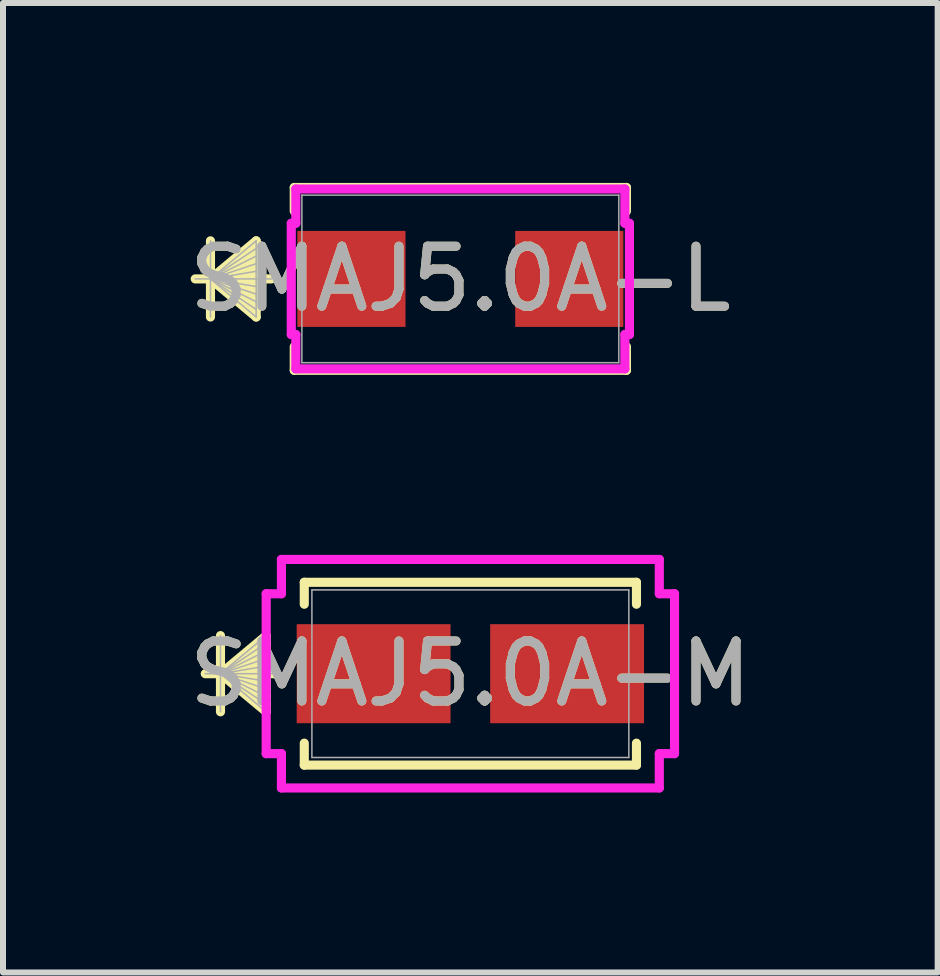
<source format=kicad_pcb>
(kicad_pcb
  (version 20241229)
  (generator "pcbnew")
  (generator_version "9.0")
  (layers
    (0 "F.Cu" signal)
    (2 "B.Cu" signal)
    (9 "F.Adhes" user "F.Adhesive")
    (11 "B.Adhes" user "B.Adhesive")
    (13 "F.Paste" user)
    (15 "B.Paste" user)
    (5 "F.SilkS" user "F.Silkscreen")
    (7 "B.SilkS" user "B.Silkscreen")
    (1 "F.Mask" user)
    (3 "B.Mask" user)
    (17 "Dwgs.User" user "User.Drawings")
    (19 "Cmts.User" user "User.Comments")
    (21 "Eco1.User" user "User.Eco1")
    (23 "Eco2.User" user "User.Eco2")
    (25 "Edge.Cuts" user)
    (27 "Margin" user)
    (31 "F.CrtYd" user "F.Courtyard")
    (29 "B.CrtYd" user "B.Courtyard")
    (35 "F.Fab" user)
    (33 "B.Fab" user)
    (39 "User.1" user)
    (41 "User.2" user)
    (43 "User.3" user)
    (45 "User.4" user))
  (footprint "SMAJ5.0A-L"
    (layer "F.Cu")
    (at 4.625 1.6)
    (property "Reference" "SMAJ5.0A-L" (at 0 0 0) (unlocked yes) (layer "F.SilkS") (effects (font (size 1 1) (thickness 0.15))))
    (attr smd)
    (fp_line (start -4.166 -0.635) (end -4.166 0.635) (stroke (width 0.152) (type solid)) (layer "F.SilkS"))
    (fp_line (start -4.166 0) (end -3.404 -0.635) (stroke (width 0.152) (type solid)) (layer "F.SilkS"))
    (fp_line (start -4.166 0) (end -3.404 -0.508) (stroke (width 0.152) (type solid)) (layer "F.SilkS"))
    (fp_line (start -4.166 0) (end -3.404 -0.381) (stroke (width 0.152) (type solid)) (layer "F.SilkS"))
    (fp_line (start -4.166 0) (end -3.404 -0.254) (stroke (width 0.152) (type solid)) (layer "F.SilkS"))
    (fp_line (start -4.166 0) (end -3.404 -0.127) (stroke (width 0.152) (type solid)) (layer "F.SilkS"))
    (fp_line (start -4.166 0) (end -3.404 0.127) (stroke (width 0.152) (type solid)) (layer "F.SilkS"))
    (fp_line (start -4.166 0) (end -3.404 0.254) (stroke (width 0.152) (type solid)) (layer "F.SilkS"))
    (fp_line (start -4.166 0) (end -3.404 0.381) (stroke (width 0.152) (type solid)) (layer "F.SilkS"))
    (fp_line (start -4.166 0) (end -3.404 0.508) (stroke (width 0.152) (type solid)) (layer "F.SilkS"))
    (fp_line (start -4.166 0) (end -3.404 0.635) (stroke (width 0.152) (type solid)) (layer "F.SilkS"))
    (fp_line (start -3.404 -0.635) (end -3.404 0.635) (stroke (width 0.152) (type solid)) (layer "F.SilkS"))
    (fp_line (start -3.15 0) (end -4.42 0) (stroke (width 0.152) (type solid)) (layer "F.SilkS"))
    (fp_line (start -2.769 -1.524) (end -2.769 -1.129) (stroke (width 0.152) (type solid)) (layer "F.SilkS"))
    (fp_line (start -2.769 1.129) (end -2.769 1.524) (stroke (width 0.152) (type solid)) (layer "F.SilkS"))
    (fp_line (start -2.769 1.524) (end 2.769 1.524) (stroke (width 0.152) (type solid)) (layer "F.SilkS"))
    (fp_line (start 2.769 -1.524) (end -2.769 -1.524) (stroke (width 0.152) (type solid)) (layer "F.SilkS"))
    (fp_line (start 2.769 -1.129) (end 2.769 -1.524) (stroke (width 0.152) (type solid)) (layer "F.SilkS"))
    (fp_line (start 2.769 1.524) (end 2.769 1.129) (stroke (width 0.152) (type solid)) (layer "F.SilkS"))
    (fp_line (start -2.819 -0.927) (end -2.743 -0.927) (stroke (width 0.152) (type solid)) (layer "F.CrtYd"))
    (fp_line (start -2.819 0.927) (end -2.819 -0.927) (stroke (width 0.152) (type solid)) (layer "F.CrtYd"))
    (fp_line (start -2.743 -1.499) (end 2.743 -1.499) (stroke (width 0.152) (type solid)) (layer "F.CrtYd"))
    (fp_line (start -2.743 -0.927) (end -2.743 -1.499) (stroke (width 0.152) (type solid)) (layer "F.CrtYd"))
    (fp_line (start -2.743 0.927) (end -2.819 0.927) (stroke (width 0.152) (type solid)) (layer "F.CrtYd"))
    (fp_line (start -2.743 1.499) (end -2.743 0.927) (stroke (width 0.152) (type solid)) (layer "F.CrtYd"))
    (fp_line (start 2.743 -1.499) (end 2.743 -0.927) (stroke (width 0.152) (type solid)) (layer "F.CrtYd"))
    (fp_line (start 2.743 -0.927) (end 2.819 -0.927) (stroke (width 0.152) (type solid)) (layer "F.CrtYd"))
    (fp_line (start 2.743 0.927) (end 2.743 1.499) (stroke (width 0.152) (type solid)) (layer "F.CrtYd"))
    (fp_line (start 2.743 1.499) (end -2.743 1.499) (stroke (width 0.152) (type solid)) (layer "F.CrtYd"))
    (fp_line (start 2.819 -0.927) (end 2.819 0.927) (stroke (width 0.152) (type solid)) (layer "F.CrtYd"))
    (fp_line (start 2.819 0.927) (end 2.743 0.927) (stroke (width 0.152) (type solid)) (layer "F.CrtYd"))
    (fp_line (start -4.166 -0.635) (end -4.166 0.635) (stroke (width 0.025) (type solid)) (layer "F.Fab"))
    (fp_line (start -4.166 0) (end -3.404 -0.635) (stroke (width 0.025) (type solid)) (layer "F.Fab"))
    (fp_line (start -4.166 0) (end -3.404 -0.508) (stroke (width 0.025) (type solid)) (layer "F.Fab"))
    (fp_line (start -4.166 0) (end -3.404 -0.381) (stroke (width 0.025) (type solid)) (layer "F.Fab"))
    (fp_line (start -4.166 0) (end -3.404 -0.254) (stroke (width 0.025) (type solid)) (layer "F.Fab"))
    (fp_line (start -4.166 0) (end -3.404 -0.127) (stroke (width 0.025) (type solid)) (layer "F.Fab"))
    (fp_line (start -4.166 0) (end -3.404 0.127) (stroke (width 0.025) (type solid)) (layer "F.Fab"))
    (fp_line (start -4.166 0) (end -3.404 0.254) (stroke (width 0.025) (type solid)) (layer "F.Fab"))
    (fp_line (start -4.166 0) (end -3.404 0.381) (stroke (width 0.025) (type solid)) (layer "F.Fab"))
    (fp_line (start -4.166 0) (end -3.404 0.508) (stroke (width 0.025) (type solid)) (layer "F.Fab"))
    (fp_line (start -4.166 0) (end -3.404 0.635) (stroke (width 0.025) (type solid)) (layer "F.Fab"))
    (fp_line (start -3.404 -0.635) (end -3.404 0.635) (stroke (width 0.025) (type solid)) (layer "F.Fab"))
    (fp_line (start -3.15 0) (end -4.42 0) (stroke (width 0.025) (type solid)) (layer "F.Fab"))
    (fp_line (start -2.642 -1.397) (end -2.642 1.397) (stroke (width 0.025) (type solid)) (layer "F.Fab"))
    (fp_line (start -2.642 1.397) (end 2.642 1.397) (stroke (width 0.025) (type solid)) (layer "F.Fab"))
    (fp_line (start 2.642 -1.397) (end -2.642 -1.397) (stroke (width 0.025) (type solid)) (layer "F.Fab"))
    (fp_line (start 2.642 1.397) (end 2.642 -1.397) (stroke (width 0.025) (type solid)) (layer "F.Fab"))
    (fp_text user "${REFERENCE}" (at 0 0 0) (unlocked yes) (layer "F.Fab") (effects (font (size 1 1) (thickness 0.15))))
    (pad "1" smd rect (at -1.816 0 90) (size 1.6 1.803) (layers "F.Cu" "F.Mask" "F.Paste"))
    (pad "2" smd rect (at 1.816 0 90) (size 1.6 1.803) (layers "F.Cu" "F.Mask" "F.Paste"))
    (zone (net_name "") (layer "F.Cu") (hatch full 0.508) (connect_pads) (min_thickness 0.254) (filled_areas_thickness no) (keepout (tracks not_allowed) (vias not_allowed) (pads allowed) (copperpour not_allowed) (footprints allowed)) (placement (enabled no)) (fill) (polygon (pts (xy 2.034 0.254) (xy 7.216 0.254) (xy 7.216 0.724) (xy 2.034 0.724))))
    (zone (net_name "") (layer "F.Cu") (hatch full 0.508) (connect_pads) (min_thickness 0.254) (filled_areas_thickness no) (keepout (tracks not_allowed) (vias not_allowed) (pads allowed) (copperpour not_allowed) (footprints allowed)) (placement (enabled no)) (fill) (polygon (pts (xy 2.034 2.477) (xy 7.216 2.477) (xy 7.216 2.946) (xy 2.034 2.946))))
    (zone (net_name "") (layer "F.Cu") (hatch full 0.508) (connect_pads) (min_thickness 0.254) (filled_areas_thickness no) (keepout (tracks not_allowed) (vias not_allowed) (pads allowed) (copperpour not_allowed) (footprints allowed)) (placement (enabled no)) (fill) (polygon (pts (xy 3.761 0.724) (xy 5.489 0.724) (xy 5.489 2.477) (xy 3.761 2.477)))))
  (footprint "SMAJ5.0A-M"
    (layer "F.Cu")
    (at 4.792 8.182)
    (property "Reference" "SMAJ5.0A-M" (at 0 0 0) (unlocked yes) (layer "F.SilkS") (effects (font (size 1 1) (thickness 0.15))))
    (attr smd)
    (fp_line (start -4.166 -0.635) (end -4.166 0.635) (stroke (width 0.152) (type solid)) (layer "F.SilkS"))
    (fp_line (start -4.166 0) (end -3.404 -0.635) (stroke (width 0.152) (type solid)) (layer "F.SilkS"))
    (fp_line (start -4.166 0) (end -3.404 -0.508) (stroke (width 0.152) (type solid)) (layer "F.SilkS"))
    (fp_line (start -4.166 0) (end -3.404 -0.381) (stroke (width 0.152) (type solid)) (layer "F.SilkS"))
    (fp_line (start -4.166 0) (end -3.404 -0.254) (stroke (width 0.152) (type solid)) (layer "F.SilkS"))
    (fp_line (start -4.166 0) (end -3.404 -0.127) (stroke (width 0.152) (type solid)) (layer "F.SilkS"))
    (fp_line (start -4.166 0) (end -3.404 0.127) (stroke (width 0.152) (type solid)) (layer "F.SilkS"))
    (fp_line (start -4.166 0) (end -3.404 0.254) (stroke (width 0.152) (type solid)) (layer "F.SilkS"))
    (fp_line (start -4.166 0) (end -3.404 0.381) (stroke (width 0.152) (type solid)) (layer "F.SilkS"))
    (fp_line (start -4.166 0) (end -3.404 0.508) (stroke (width 0.152) (type solid)) (layer "F.SilkS"))
    (fp_line (start -4.166 0) (end -3.404 0.635) (stroke (width 0.152) (type solid)) (layer "F.SilkS"))
    (fp_line (start -3.404 -0.635) (end -3.404 0.635) (stroke (width 0.152) (type solid)) (layer "F.SilkS"))
    (fp_line (start -3.228 0) (end -4.42 0) (stroke (width 0.152) (type solid)) (layer "F.SilkS"))
    (fp_line (start -2.769 -1.524) (end -2.769 -1.158) (stroke (width 0.152) (type solid)) (layer "F.SilkS"))
    (fp_line (start -2.769 1.158) (end -2.769 1.524) (stroke (width 0.152) (type solid)) (layer "F.SilkS"))
    (fp_line (start -2.769 1.524) (end 2.769 1.524) (stroke (width 0.152) (type solid)) (layer "F.SilkS"))
    (fp_line (start 2.769 -1.524) (end -2.769 -1.524) (stroke (width 0.152) (type solid)) (layer "F.SilkS"))
    (fp_line (start 2.769 -1.158) (end 2.769 -1.524) (stroke (width 0.152) (type solid)) (layer "F.SilkS"))
    (fp_line (start 2.769 1.524) (end 2.769 1.158) (stroke (width 0.152) (type solid)) (layer "F.SilkS"))
    (fp_line (start -3.404 -1.333) (end -3.15 -1.333) (stroke (width 0.152) (type solid)) (layer "F.CrtYd"))
    (fp_line (start -3.404 1.333) (end -3.404 -1.333) (stroke (width 0.152) (type solid)) (layer "F.CrtYd"))
    (fp_line (start -3.15 -1.905) (end 3.15 -1.905) (stroke (width 0.152) (type solid)) (layer "F.CrtYd"))
    (fp_line (start -3.15 -1.333) (end -3.15 -1.905) (stroke (width 0.152) (type solid)) (layer "F.CrtYd"))
    (fp_line (start -3.15 1.333) (end -3.404 1.333) (stroke (width 0.152) (type solid)) (layer "F.CrtYd"))
    (fp_line (start -3.15 1.905) (end -3.15 1.333) (stroke (width 0.152) (type solid)) (layer "F.CrtYd"))
    (fp_line (start 3.15 -1.905) (end 3.15 -1.333) (stroke (width 0.152) (type solid)) (layer "F.CrtYd"))
    (fp_line (start 3.15 -1.333) (end 3.404 -1.333) (stroke (width 0.152) (type solid)) (layer "F.CrtYd"))
    (fp_line (start 3.15 1.333) (end 3.15 1.905) (stroke (width 0.152) (type solid)) (layer "F.CrtYd"))
    (fp_line (start 3.15 1.905) (end -3.15 1.905) (stroke (width 0.152) (type solid)) (layer "F.CrtYd"))
    (fp_line (start 3.404 -1.333) (end 3.404 1.333) (stroke (width 0.152) (type solid)) (layer "F.CrtYd"))
    (fp_line (start 3.404 1.333) (end 3.15 1.333) (stroke (width 0.152) (type solid)) (layer "F.CrtYd"))
    (fp_line (start -4.166 -0.635) (end -4.166 0.635) (stroke (width 0.025) (type solid)) (layer "F.Fab"))
    (fp_line (start -4.166 0) (end -3.404 -0.635) (stroke (width 0.025) (type solid)) (layer "F.Fab"))
    (fp_line (start -4.166 0) (end -3.404 -0.508) (stroke (width 0.025) (type solid)) (layer "F.Fab"))
    (fp_line (start -4.166 0) (end -3.404 -0.381) (stroke (width 0.025) (type solid)) (layer "F.Fab"))
    (fp_line (start -4.166 0) (end -3.404 -0.254) (stroke (width 0.025) (type solid)) (layer "F.Fab"))
    (fp_line (start -4.166 0) (end -3.404 -0.127) (stroke (width 0.025) (type solid)) (layer "F.Fab"))
    (fp_line (start -4.166 0) (end -3.404 0.127) (stroke (width 0.025) (type solid)) (layer "F.Fab"))
    (fp_line (start -4.166 0) (end -3.404 0.254) (stroke (width 0.025) (type solid)) (layer "F.Fab"))
    (fp_line (start -4.166 0) (end -3.404 0.381) (stroke (width 0.025) (type solid)) (layer "F.Fab"))
    (fp_line (start -4.166 0) (end -3.404 0.508) (stroke (width 0.025) (type solid)) (layer "F.Fab"))
    (fp_line (start -4.166 0) (end -3.404 0.635) (stroke (width 0.025) (type solid)) (layer "F.Fab"))
    (fp_line (start -3.404 -0.635) (end -3.404 0.635) (stroke (width 0.025) (type solid)) (layer "F.Fab"))
    (fp_line (start -3.15 0) (end -4.42 0) (stroke (width 0.025) (type solid)) (layer "F.Fab"))
    (fp_line (start -2.642 -1.397) (end -2.642 1.397) (stroke (width 0.025) (type solid)) (layer "F.Fab"))
    (fp_line (start -2.642 1.397) (end 2.642 1.397) (stroke (width 0.025) (type solid)) (layer "F.Fab"))
    (fp_line (start 2.642 -1.397) (end -2.642 -1.397) (stroke (width 0.025) (type solid)) (layer "F.Fab"))
    (fp_line (start 2.642 1.397) (end 2.642 -1.397) (stroke (width 0.025) (type solid)) (layer "F.Fab"))
    (fp_text user "${REFERENCE}" (at 0 0 0) (unlocked yes) (layer "F.Fab") (effects (font (size 1 1) (thickness 0.15))))
    (pad "1" smd rect (at -1.613 0 90) (size 1.651 2.565) (layers "F.Cu" "F.Mask" "F.Paste"))
    (pad "2" smd rect (at 1.613 0 90) (size 1.651 2.565) (layers "F.Cu" "F.Mask" "F.Paste"))
    (zone (net_name "") (layer "F.Cu") (hatch full 0.508) (connect_pads) (min_thickness 0.254) (filled_areas_thickness no) (keepout (tracks not_allowed) (vias not_allowed) (pads allowed) (copperpour not_allowed) (footprints allowed)) (placement (enabled no)) (fill) (polygon (pts (xy 2.201 6.835) (xy 7.382 6.835) (xy 7.382 7.305) (xy 2.201 7.305))))
    (zone (net_name "") (layer "F.Cu") (hatch full 0.508) (connect_pads) (min_thickness 0.254) (filled_areas_thickness no) (keepout (tracks not_allowed) (vias not_allowed) (pads allowed) (copperpour not_allowed) (footprints allowed)) (placement (enabled no)) (fill) (polygon (pts (xy 2.201 9.058) (xy 7.382 9.058) (xy 7.382 9.528) (xy 2.201 9.528))))
    (zone (net_name "") (layer "F.Cu") (hatch full 0.508) (connect_pads) (min_thickness 0.254) (filled_areas_thickness no) (keepout (tracks not_allowed) (vias not_allowed) (pads allowed) (copperpour not_allowed) (footprints allowed)) (placement (enabled no)) (fill) (polygon (pts (xy 4.512 7.305) (xy 5.071 7.305) (xy 5.071 9.058) (xy 4.512 9.058)))))
  (gr_rect
    (start -3 -3)
    (end 12.583 13.163)
    (stroke (width 0.1) (type default))
    (fill no)
    (layer "Edge.Cuts")))
</source>
